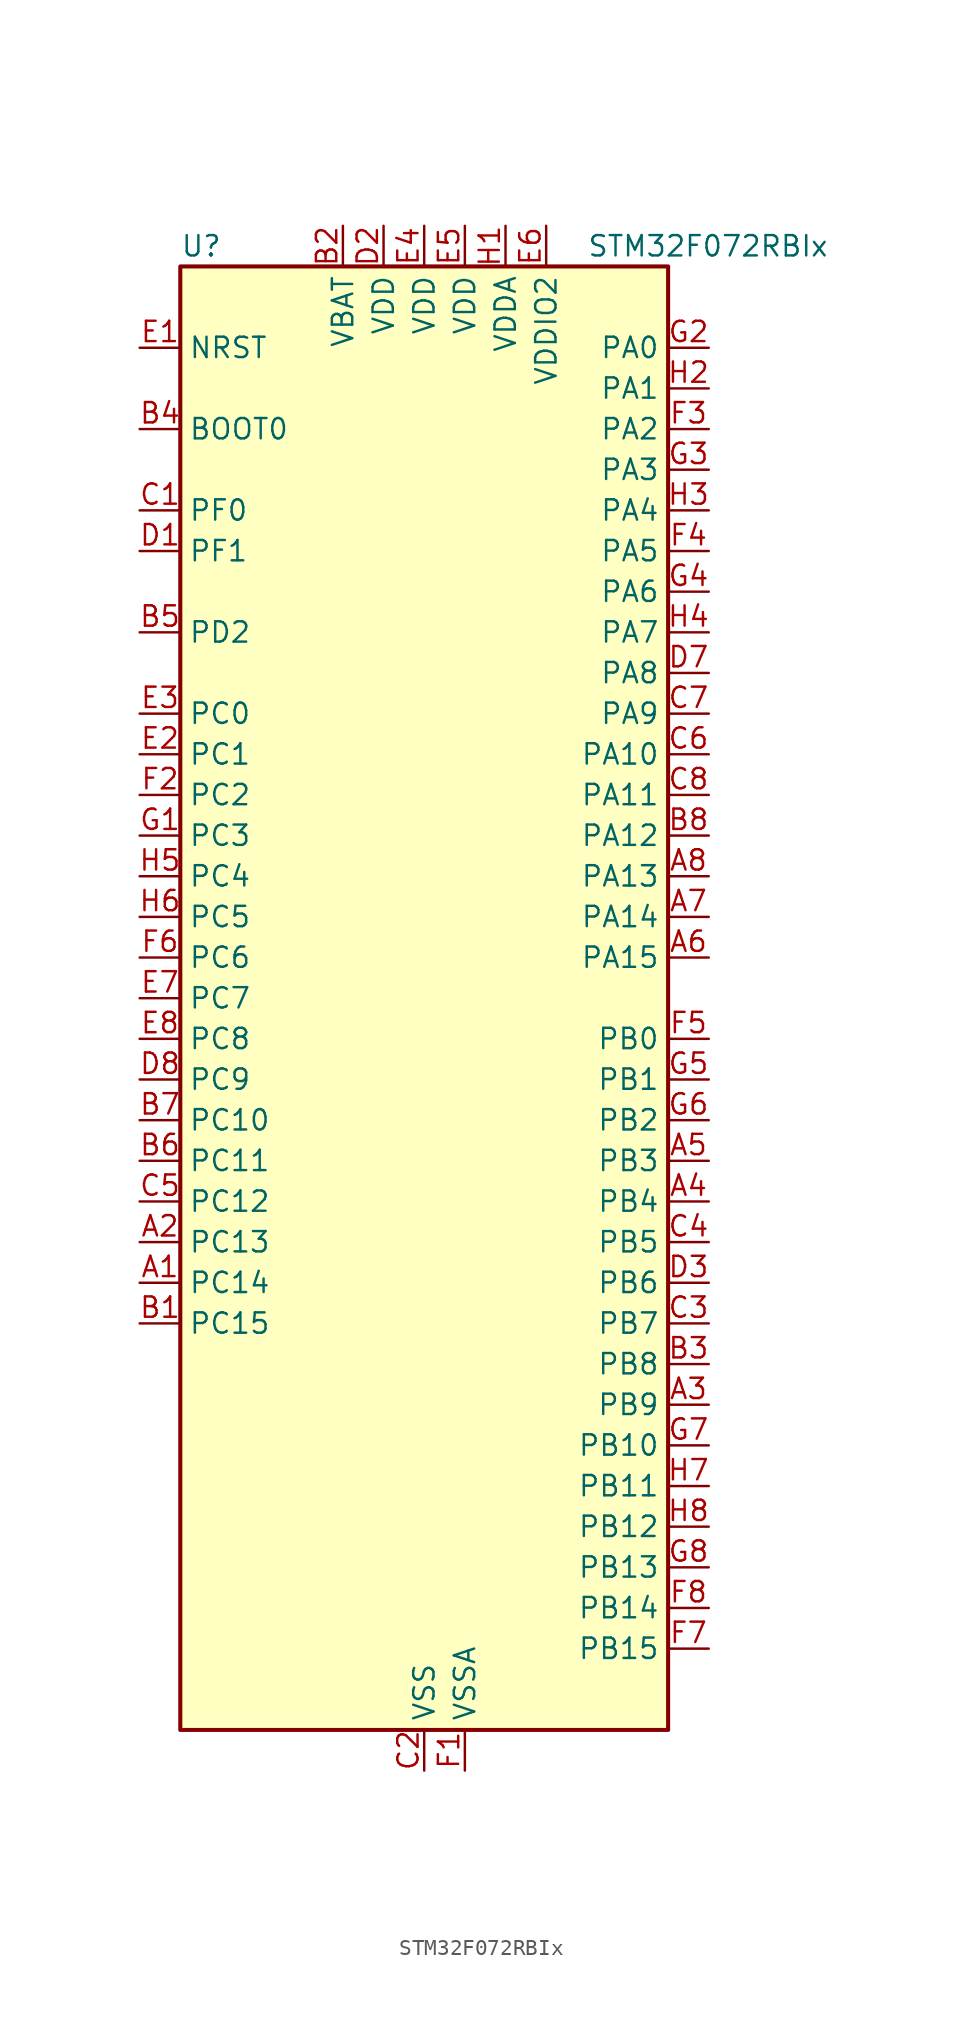
<source format=kicad_sym>
(kicad_symbol_lib
  (version 20241209)
  (generator "kicad_symbol_editor")
  (generator_version "9.0")
  (symbol "STM32F072RBIx"
    (property "Reference" "U"
      (at -15.24 46.99 0)
      (effects (font (size 1.27 1.27)) (justify left)))
    (property "Value" "STM32F072RBIx"
      (at 10.16 46.99 0)
      (effects (font (size 1.27 1.27)) (justify left)))
    (symbol "STM32F072RBIx_0_1"
      (rectangle (start -15.24 -45.72) (end 15.24 45.72) (stroke (width 0.254) (type default)) (fill (type background))))
    (symbol "STM32F072RBIx_1_1"
      (pin input line (at -17.78 40.64 0) (length 2.54) (name "NRST" (effects (font (size 1.27 1.27)))) (number "E1" (effects (font (size 1.27 1.27)))))
      (pin input line (at -17.78 35.56 0) (length 2.54) (name "BOOT0" (effects (font (size 1.27 1.27)))) (number "B4" (effects (font (size 1.27 1.27)))))
      (pin bidirectional line (at -17.78 30.48 0) (length 2.54) (name "PF0" (effects (font (size 1.27 1.27)))) (number "C1" (effects (font (size 1.27 1.27)))) (alternate "CRS_SYNC" bidirectional line) (alternate "RCC_OSC_IN" bidirectional line))
      (pin bidirectional line (at -17.78 27.94 0) (length 2.54) (name "PF1" (effects (font (size 1.27 1.27)))) (number "D1" (effects (font (size 1.27 1.27)))) (alternate "RCC_OSC_OUT" bidirectional line))
      (pin bidirectional line (at -17.78 22.86 0) (length 2.54) (name "PD2" (effects (font (size 1.27 1.27)))) (number "B5" (effects (font (size 1.27 1.27)))) (alternate "TIM3_ETR" bidirectional line) (alternate "USART3_DE" bidirectional line) (alternate "USART3_RTS" bidirectional line))
      (pin bidirectional line (at -17.78 17.78 0) (length 2.54) (name "PC0" (effects (font (size 1.27 1.27)))) (number "E3" (effects (font (size 1.27 1.27)))) (alternate "ADC_IN10" bidirectional line))
      (pin bidirectional line (at -17.78 15.24 0) (length 2.54) (name "PC1" (effects (font (size 1.27 1.27)))) (number "E2" (effects (font (size 1.27 1.27)))) (alternate "ADC_IN11" bidirectional line))
      (pin bidirectional line (at -17.78 12.7 0) (length 2.54) (name "PC2" (effects (font (size 1.27 1.27)))) (number "F2" (effects (font (size 1.27 1.27)))) (alternate "ADC_IN12" bidirectional line) (alternate "I2S2_MCK" bidirectional line) (alternate "SPI2_MISO" bidirectional line))
      (pin bidirectional line (at -17.78 10.16 0) (length 2.54) (name "PC3" (effects (font (size 1.27 1.27)))) (number "G1" (effects (font (size 1.27 1.27)))) (alternate "ADC_IN13" bidirectional line) (alternate "I2S2_SD" bidirectional line) (alternate "SPI2_MOSI" bidirectional line))
      (pin bidirectional line (at -17.78 7.62 0) (length 2.54) (name "PC4" (effects (font (size 1.27 1.27)))) (number "H5" (effects (font (size 1.27 1.27)))) (alternate "ADC_IN14" bidirectional line) (alternate "USART3_TX" bidirectional line))
      (pin bidirectional line (at -17.78 5.08 0) (length 2.54) (name "PC5" (effects (font (size 1.27 1.27)))) (number "H6" (effects (font (size 1.27 1.27)))) (alternate "ADC_IN15" bidirectional line) (alternate "SYS_WKUP5" bidirectional line) (alternate "TSC_G3_IO1" bidirectional line) (alternate "USART3_RX" bidirectional line))
      (pin bidirectional line (at -17.78 2.54 0) (length 2.54) (name "PC6" (effects (font (size 1.27 1.27)))) (number "F6" (effects (font (size 1.27 1.27)))) (alternate "TIM3_CH1" bidirectional line))
      (pin bidirectional line (at -17.78 0 0) (length 2.54) (name "PC7" (effects (font (size 1.27 1.27)))) (number "E7" (effects (font (size 1.27 1.27)))) (alternate "TIM3_CH2" bidirectional line))
      (pin bidirectional line (at -17.78 -2.54 0) (length 2.54) (name "PC8" (effects (font (size 1.27 1.27)))) (number "E8" (effects (font (size 1.27 1.27)))) (alternate "TIM3_CH3" bidirectional line))
      (pin bidirectional line (at -17.78 -5.08 0) (length 2.54) (name "PC9" (effects (font (size 1.27 1.27)))) (number "D8" (effects (font (size 1.27 1.27)))) (alternate "DAC_EXTI9" bidirectional line) (alternate "TIM3_CH4" bidirectional line))
      (pin bidirectional line (at -17.78 -7.62 0) (length 2.54) (name "PC10" (effects (font (size 1.27 1.27)))) (number "B7" (effects (font (size 1.27 1.27)))) (alternate "USART3_TX" bidirectional line) (alternate "USART4_TX" bidirectional line))
      (pin bidirectional line (at -17.78 -10.16 0) (length 2.54) (name "PC11" (effects (font (size 1.27 1.27)))) (number "B6" (effects (font (size 1.27 1.27)))) (alternate "USART3_RX" bidirectional line) (alternate "USART4_RX" bidirectional line))
      (pin bidirectional line (at -17.78 -12.7 0) (length 2.54) (name "PC12" (effects (font (size 1.27 1.27)))) (number "C5" (effects (font (size 1.27 1.27)))) (alternate "USART3_CK" bidirectional line) (alternate "USART4_CK" bidirectional line))
      (pin bidirectional line (at -17.78 -15.24 0) (length 2.54) (name "PC13" (effects (font (size 1.27 1.27)))) (number "A2" (effects (font (size 1.27 1.27)))) (alternate "RTC_OUT_ALARM" bidirectional line) (alternate "RTC_OUT_CALIB" bidirectional line) (alternate "RTC_TAMP1" bidirectional line) (alternate "RTC_TS" bidirectional line) (alternate "SYS_WKUP2" bidirectional line))
      (pin bidirectional line (at -17.78 -17.78 0) (length 2.54) (name "PC14" (effects (font (size 1.27 1.27)))) (number "A1" (effects (font (size 1.27 1.27)))) (alternate "RCC_OSC32_IN" bidirectional line))
      (pin bidirectional line (at -17.78 -20.32 0) (length 2.54) (name "PC15" (effects (font (size 1.27 1.27)))) (number "B1" (effects (font (size 1.27 1.27)))) (alternate "RCC_OSC32_OUT" bidirectional line))
      (pin power_in line (at -5.08 48.26 270) (length 2.54) (name "VBAT" (effects (font (size 1.27 1.27)))) (number "B2" (effects (font (size 1.27 1.27)))))
      (pin power_in line (at -2.54 48.26 270) (length 2.54) (name "VDD" (effects (font (size 1.27 1.27)))) (number "D2" (effects (font (size 1.27 1.27)))))
      (pin power_in line (at 0 48.26 270) (length 2.54) (name "VDD" (effects (font (size 1.27 1.27)))) (number "E4" (effects (font (size 1.27 1.27)))))
      (pin power_in line (at 0 -48.26 90) (length 2.54) (name "VSS" (effects (font (size 1.27 1.27)))) (number "C2" (effects (font (size 1.27 1.27)))))
      (pin passive line (at 0 -48.26 90) (length 2.54) (hide yes) (name "VSS" (effects (font (size 1.27 1.27)))) (number "D4" (effects (font (size 1.27 1.27)))))
      (pin passive line (at 0 -48.26 90) (length 2.54) (hide yes) (name "VSS" (effects (font (size 1.27 1.27)))) (number "D5" (effects (font (size 1.27 1.27)))))
      (pin passive line (at 0 -48.26 90) (length 2.54) (hide yes) (name "VSS" (effects (font (size 1.27 1.27)))) (number "D6" (effects (font (size 1.27 1.27)))))
      (pin power_in line (at 2.54 48.26 270) (length 2.54) (name "VDD" (effects (font (size 1.27 1.27)))) (number "E5" (effects (font (size 1.27 1.27)))))
      (pin power_in line (at 2.54 -48.26 90) (length 2.54) (name "VSSA" (effects (font (size 1.27 1.27)))) (number "F1" (effects (font (size 1.27 1.27)))))
      (pin power_in line (at 5.08 48.26 270) (length 2.54) (name "VDDA" (effects (font (size 1.27 1.27)))) (number "H1" (effects (font (size 1.27 1.27)))))
      (pin power_in line (at 7.62 48.26 270) (length 2.54) (name "VDDIO2" (effects (font (size 1.27 1.27)))) (number "E6" (effects (font (size 1.27 1.27)))))
      (pin bidirectional line (at 17.78 40.64 180) (length 2.54) (name "PA0" (effects (font (size 1.27 1.27)))) (number "G2" (effects (font (size 1.27 1.27)))) (alternate "ADC_IN0" bidirectional line) (alternate "COMP1_INM" bidirectional line) (alternate "COMP1_OUT" bidirectional line) (alternate "RTC_TAMP2" bidirectional line) (alternate "SYS_WKUP1" bidirectional line) (alternate "TIM2_CH1" bidirectional line) (alternate "TIM2_ETR" bidirectional line) (alternate "TSC_G1_IO1" bidirectional line) (alternate "USART2_CTS" bidirectional line) (alternate "USART4_TX" bidirectional line))
      (pin bidirectional line (at 17.78 38.1 180) (length 2.54) (name "PA1" (effects (font (size 1.27 1.27)))) (number "H2" (effects (font (size 1.27 1.27)))) (alternate "ADC_IN1" bidirectional line) (alternate "COMP1_INP" bidirectional line) (alternate "TIM15_CH1N" bidirectional line) (alternate "TIM2_CH2" bidirectional line) (alternate "TSC_G1_IO2" bidirectional line) (alternate "USART2_DE" bidirectional line) (alternate "USART2_RTS" bidirectional line) (alternate "USART4_RX" bidirectional line))
      (pin bidirectional line (at 17.78 35.56 180) (length 2.54) (name "PA2" (effects (font (size 1.27 1.27)))) (number "F3" (effects (font (size 1.27 1.27)))) (alternate "ADC_IN2" bidirectional line) (alternate "COMP2_INM" bidirectional line) (alternate "COMP2_OUT" bidirectional line) (alternate "SYS_WKUP4" bidirectional line) (alternate "TIM15_CH1" bidirectional line) (alternate "TIM2_CH3" bidirectional line) (alternate "TSC_G1_IO3" bidirectional line) (alternate "USART2_TX" bidirectional line))
      (pin bidirectional line (at 17.78 33.02 180) (length 2.54) (name "PA3" (effects (font (size 1.27 1.27)))) (number "G3" (effects (font (size 1.27 1.27)))) (alternate "ADC_IN3" bidirectional line) (alternate "COMP2_INP" bidirectional line) (alternate "TIM15_CH2" bidirectional line) (alternate "TIM2_CH4" bidirectional line) (alternate "TSC_G1_IO4" bidirectional line) (alternate "USART2_RX" bidirectional line))
      (pin bidirectional line (at 17.78 30.48 180) (length 2.54) (name "PA4" (effects (font (size 1.27 1.27)))) (number "H3" (effects (font (size 1.27 1.27)))) (alternate "ADC_IN4" bidirectional line) (alternate "COMP1_INM" bidirectional line) (alternate "COMP2_INM" bidirectional line) (alternate "DAC_OUT1" bidirectional line) (alternate "I2S1_WS" bidirectional line) (alternate "SPI1_NSS" bidirectional line) (alternate "TIM14_CH1" bidirectional line) (alternate "TSC_G2_IO1" bidirectional line) (alternate "USART2_CK" bidirectional line))
      (pin bidirectional line (at 17.78 27.94 180) (length 2.54) (name "PA5" (effects (font (size 1.27 1.27)))) (number "F4" (effects (font (size 1.27 1.27)))) (alternate "ADC_IN5" bidirectional line) (alternate "CEC" bidirectional line) (alternate "COMP1_INM" bidirectional line) (alternate "COMP2_INM" bidirectional line) (alternate "DAC_OUT2" bidirectional line) (alternate "I2S1_CK" bidirectional line) (alternate "SPI1_SCK" bidirectional line) (alternate "TIM2_CH1" bidirectional line) (alternate "TIM2_ETR" bidirectional line) (alternate "TSC_G2_IO2" bidirectional line))
      (pin bidirectional line (at 17.78 25.4 180) (length 2.54) (name "PA6" (effects (font (size 1.27 1.27)))) (number "G4" (effects (font (size 1.27 1.27)))) (alternate "ADC_IN6" bidirectional line) (alternate "COMP1_OUT" bidirectional line) (alternate "I2S1_MCK" bidirectional line) (alternate "SPI1_MISO" bidirectional line) (alternate "TIM16_CH1" bidirectional line) (alternate "TIM1_BKIN" bidirectional line) (alternate "TIM3_CH1" bidirectional line) (alternate "TSC_G2_IO3" bidirectional line) (alternate "USART3_CTS" bidirectional line))
      (pin bidirectional line (at 17.78 22.86 180) (length 2.54) (name "PA7" (effects (font (size 1.27 1.27)))) (number "H4" (effects (font (size 1.27 1.27)))) (alternate "ADC_IN7" bidirectional line) (alternate "COMP2_OUT" bidirectional line) (alternate "I2S1_SD" bidirectional line) (alternate "SPI1_MOSI" bidirectional line) (alternate "TIM14_CH1" bidirectional line) (alternate "TIM17_CH1" bidirectional line) (alternate "TIM1_CH1N" bidirectional line) (alternate "TIM3_CH2" bidirectional line) (alternate "TSC_G2_IO4" bidirectional line))
      (pin bidirectional line (at 17.78 20.32 180) (length 2.54) (name "PA8" (effects (font (size 1.27 1.27)))) (number "D7" (effects (font (size 1.27 1.27)))) (alternate "CRS_SYNC" bidirectional line) (alternate "RCC_MCO" bidirectional line) (alternate "TIM1_CH1" bidirectional line) (alternate "USART1_CK" bidirectional line))
      (pin bidirectional line (at 17.78 17.78 180) (length 2.54) (name "PA9" (effects (font (size 1.27 1.27)))) (number "C7" (effects (font (size 1.27 1.27)))) (alternate "DAC_EXTI9" bidirectional line) (alternate "TIM15_BKIN" bidirectional line) (alternate "TIM1_CH2" bidirectional line) (alternate "TSC_G4_IO1" bidirectional line) (alternate "USART1_TX" bidirectional line))
      (pin bidirectional line (at 17.78 15.24 180) (length 2.54) (name "PA10" (effects (font (size 1.27 1.27)))) (number "C6" (effects (font (size 1.27 1.27)))) (alternate "TIM17_BKIN" bidirectional line) (alternate "TIM1_CH3" bidirectional line) (alternate "TSC_G4_IO2" bidirectional line) (alternate "USART1_RX" bidirectional line))
      (pin bidirectional line (at 17.78 12.7 180) (length 2.54) (name "PA11" (effects (font (size 1.27 1.27)))) (number "C8" (effects (font (size 1.27 1.27)))) (alternate "CAN_RX" bidirectional line) (alternate "COMP1_OUT" bidirectional line) (alternate "TIM1_CH4" bidirectional line) (alternate "TSC_G4_IO3" bidirectional line) (alternate "USART1_CTS" bidirectional line) (alternate "USB_DM" bidirectional line))
      (pin bidirectional line (at 17.78 10.16 180) (length 2.54) (name "PA12" (effects (font (size 1.27 1.27)))) (number "B8" (effects (font (size 1.27 1.27)))) (alternate "CAN_TX" bidirectional line) (alternate "COMP2_OUT" bidirectional line) (alternate "TIM1_ETR" bidirectional line) (alternate "TSC_G4_IO4" bidirectional line) (alternate "USART1_DE" bidirectional line) (alternate "USART1_RTS" bidirectional line) (alternate "USB_DP" bidirectional line))
      (pin bidirectional line (at 17.78 7.62 180) (length 2.54) (name "PA13" (effects (font (size 1.27 1.27)))) (number "A8" (effects (font (size 1.27 1.27)))) (alternate "IR_OUT" bidirectional line) (alternate "SYS_SWDIO" bidirectional line) (alternate "USB_NOE" bidirectional line))
      (pin bidirectional line (at 17.78 5.08 180) (length 2.54) (name "PA14" (effects (font (size 1.27 1.27)))) (number "A7" (effects (font (size 1.27 1.27)))) (alternate "SYS_SWCLK" bidirectional line) (alternate "USART2_TX" bidirectional line))
      (pin bidirectional line (at 17.78 2.54 180) (length 2.54) (name "PA15" (effects (font (size 1.27 1.27)))) (number "A6" (effects (font (size 1.27 1.27)))) (alternate "I2S1_WS" bidirectional line) (alternate "SPI1_NSS" bidirectional line) (alternate "TIM2_CH1" bidirectional line) (alternate "TIM2_ETR" bidirectional line) (alternate "USART2_RX" bidirectional line) (alternate "USART4_DE" bidirectional line) (alternate "USART4_RTS" bidirectional line))
      (pin bidirectional line (at 17.78 -2.54 180) (length 2.54) (name "PB0" (effects (font (size 1.27 1.27)))) (number "F5" (effects (font (size 1.27 1.27)))) (alternate "ADC_IN8" bidirectional line) (alternate "TIM1_CH2N" bidirectional line) (alternate "TIM3_CH3" bidirectional line) (alternate "TSC_G3_IO2" bidirectional line) (alternate "USART3_CK" bidirectional line))
      (pin bidirectional line (at 17.78 -5.08 180) (length 2.54) (name "PB1" (effects (font (size 1.27 1.27)))) (number "G5" (effects (font (size 1.27 1.27)))) (alternate "ADC_IN9" bidirectional line) (alternate "TIM14_CH1" bidirectional line) (alternate "TIM1_CH3N" bidirectional line) (alternate "TIM3_CH4" bidirectional line) (alternate "TSC_G3_IO3" bidirectional line) (alternate "USART3_DE" bidirectional line) (alternate "USART3_RTS" bidirectional line))
      (pin bidirectional line (at 17.78 -7.62 180) (length 2.54) (name "PB2" (effects (font (size 1.27 1.27)))) (number "G6" (effects (font (size 1.27 1.27)))) (alternate "TSC_G3_IO4" bidirectional line))
      (pin bidirectional line (at 17.78 -10.16 180) (length 2.54) (name "PB3" (effects (font (size 1.27 1.27)))) (number "A5" (effects (font (size 1.27 1.27)))) (alternate "I2S1_CK" bidirectional line) (alternate "SPI1_SCK" bidirectional line) (alternate "TIM2_CH2" bidirectional line) (alternate "TSC_G5_IO1" bidirectional line))
      (pin bidirectional line (at 17.78 -12.7 180) (length 2.54) (name "PB4" (effects (font (size 1.27 1.27)))) (number "A4" (effects (font (size 1.27 1.27)))) (alternate "I2S1_MCK" bidirectional line) (alternate "SPI1_MISO" bidirectional line) (alternate "TIM17_BKIN" bidirectional line) (alternate "TIM3_CH1" bidirectional line) (alternate "TSC_G5_IO2" bidirectional line))
      (pin bidirectional line (at 17.78 -15.24 180) (length 2.54) (name "PB5" (effects (font (size 1.27 1.27)))) (number "C4" (effects (font (size 1.27 1.27)))) (alternate "I2C1_SMBA" bidirectional line) (alternate "I2S1_SD" bidirectional line) (alternate "SPI1_MOSI" bidirectional line) (alternate "SYS_WKUP6" bidirectional line) (alternate "TIM16_BKIN" bidirectional line) (alternate "TIM3_CH2" bidirectional line))
      (pin bidirectional line (at 17.78 -17.78 180) (length 2.54) (name "PB6" (effects (font (size 1.27 1.27)))) (number "D3" (effects (font (size 1.27 1.27)))) (alternate "I2C1_SCL" bidirectional line) (alternate "TIM16_CH1N" bidirectional line) (alternate "TSC_G5_IO3" bidirectional line) (alternate "USART1_TX" bidirectional line))
      (pin bidirectional line (at 17.78 -20.32 180) (length 2.54) (name "PB7" (effects (font (size 1.27 1.27)))) (number "C3" (effects (font (size 1.27 1.27)))) (alternate "I2C1_SDA" bidirectional line) (alternate "TIM17_CH1N" bidirectional line) (alternate "TSC_G5_IO4" bidirectional line) (alternate "USART1_RX" bidirectional line) (alternate "USART4_CTS" bidirectional line))
      (pin bidirectional line (at 17.78 -22.86 180) (length 2.54) (name "PB8" (effects (font (size 1.27 1.27)))) (number "B3" (effects (font (size 1.27 1.27)))) (alternate "CAN_RX" bidirectional line) (alternate "CEC" bidirectional line) (alternate "I2C1_SCL" bidirectional line) (alternate "TIM16_CH1" bidirectional line) (alternate "TSC_SYNC" bidirectional line))
      (pin bidirectional line (at 17.78 -25.4 180) (length 2.54) (name "PB9" (effects (font (size 1.27 1.27)))) (number "A3" (effects (font (size 1.27 1.27)))) (alternate "CAN_TX" bidirectional line) (alternate "DAC_EXTI9" bidirectional line) (alternate "I2C1_SDA" bidirectional line) (alternate "I2S2_WS" bidirectional line) (alternate "IR_OUT" bidirectional line) (alternate "SPI2_NSS" bidirectional line) (alternate "TIM17_CH1" bidirectional line))
      (pin bidirectional line (at 17.78 -27.94 180) (length 2.54) (name "PB10" (effects (font (size 1.27 1.27)))) (number "G7" (effects (font (size 1.27 1.27)))) (alternate "CEC" bidirectional line) (alternate "I2C2_SCL" bidirectional line) (alternate "I2S2_CK" bidirectional line) (alternate "SPI2_SCK" bidirectional line) (alternate "TIM2_CH3" bidirectional line) (alternate "TSC_SYNC" bidirectional line) (alternate "USART3_TX" bidirectional line))
      (pin bidirectional line (at 17.78 -30.48 180) (length 2.54) (name "PB11" (effects (font (size 1.27 1.27)))) (number "H7" (effects (font (size 1.27 1.27)))) (alternate "I2C2_SDA" bidirectional line) (alternate "TIM2_CH4" bidirectional line) (alternate "TSC_G6_IO1" bidirectional line) (alternate "USART3_RX" bidirectional line))
      (pin bidirectional line (at 17.78 -33.02 180) (length 2.54) (name "PB12" (effects (font (size 1.27 1.27)))) (number "H8" (effects (font (size 1.27 1.27)))) (alternate "I2S2_WS" bidirectional line) (alternate "SPI2_NSS" bidirectional line) (alternate "TIM15_BKIN" bidirectional line) (alternate "TIM1_BKIN" bidirectional line) (alternate "TSC_G6_IO2" bidirectional line) (alternate "USART3_CK" bidirectional line))
      (pin bidirectional line (at 17.78 -35.56 180) (length 2.54) (name "PB13" (effects (font (size 1.27 1.27)))) (number "G8" (effects (font (size 1.27 1.27)))) (alternate "I2C2_SCL" bidirectional line) (alternate "I2S2_CK" bidirectional line) (alternate "SPI2_SCK" bidirectional line) (alternate "TIM1_CH1N" bidirectional line) (alternate "TSC_G6_IO3" bidirectional line) (alternate "USART3_CTS" bidirectional line))
      (pin bidirectional line (at 17.78 -38.1 180) (length 2.54) (name "PB14" (effects (font (size 1.27 1.27)))) (number "F8" (effects (font (size 1.27 1.27)))) (alternate "I2C2_SDA" bidirectional line) (alternate "I2S2_MCK" bidirectional line) (alternate "SPI2_MISO" bidirectional line) (alternate "TIM15_CH1" bidirectional line) (alternate "TIM1_CH2N" bidirectional line) (alternate "TSC_G6_IO4" bidirectional line) (alternate "USART3_DE" bidirectional line) (alternate "USART3_RTS" bidirectional line))
      (pin bidirectional line (at 17.78 -40.64 180) (length 2.54) (name "PB15" (effects (font (size 1.27 1.27)))) (number "F7" (effects (font (size 1.27 1.27)))) (alternate "I2S2_SD" bidirectional line) (alternate "RTC_REFIN" bidirectional line) (alternate "SPI2_MOSI" bidirectional line) (alternate "SYS_WKUP7" bidirectional line) (alternate "TIM15_CH1N" bidirectional line) (alternate "TIM15_CH2" bidirectional line) (alternate "TIM1_CH3N" bidirectional line)))))
</source>
